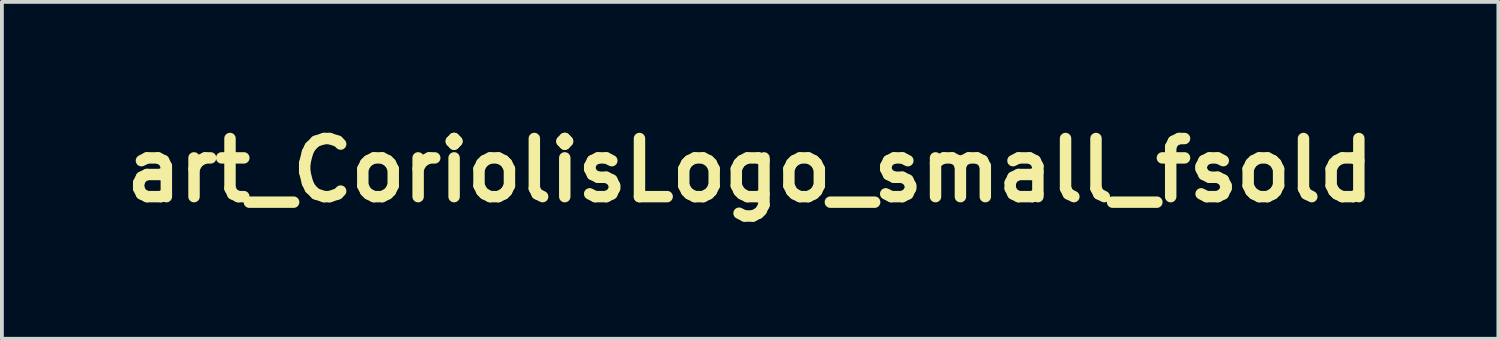
<source format=kicad_pcb>
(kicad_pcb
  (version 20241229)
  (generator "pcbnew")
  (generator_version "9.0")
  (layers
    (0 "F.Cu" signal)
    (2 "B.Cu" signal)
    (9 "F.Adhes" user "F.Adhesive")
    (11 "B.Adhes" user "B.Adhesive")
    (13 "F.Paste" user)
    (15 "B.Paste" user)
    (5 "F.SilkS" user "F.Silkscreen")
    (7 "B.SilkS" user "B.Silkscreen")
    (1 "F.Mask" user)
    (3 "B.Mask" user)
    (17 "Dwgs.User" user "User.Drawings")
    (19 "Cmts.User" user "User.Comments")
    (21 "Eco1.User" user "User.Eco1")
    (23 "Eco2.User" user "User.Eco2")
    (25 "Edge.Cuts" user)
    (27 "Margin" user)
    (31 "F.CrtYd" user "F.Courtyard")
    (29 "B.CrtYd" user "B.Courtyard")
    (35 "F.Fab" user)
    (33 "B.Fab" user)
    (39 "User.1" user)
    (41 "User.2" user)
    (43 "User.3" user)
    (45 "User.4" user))
  (footprint "art_CoriolisLogo_small_fsold"
    (layer "F.Cu")
    (at 16.626 1.418)
    (property "Reference" "art_CoriolisLogo_small_fsold" (at 0 0 0) (layer "F.SilkS") (effects (font (size 1.524 1.524) (thickness 0.3))))
    (attr through_hole)
    (fp_poly (pts (xy -0.008 -0.991) (xy 0.038 -0.97) (xy 0.099 -0.938) (xy 0.161 -0.904) (xy 0.335 -0.801) (xy 0.479 -0.705) (xy 0.592 -0.614) (xy 0.678 -0.528) (xy 0.736 -0.445) (xy 0.769 -0.363) (xy 0.779 -0.289) (xy 0.776 -0.243) (xy 0.761 -0.207) (xy 0.73 -0.168) (xy 0.707 -0.144) (xy 0.621 -0.078) (xy 0.533 -0.035) (xy 0.472 -0.015) (xy 0.392 0.006) (xy 0.302 0.027) (xy 0.213 0.046) (xy 0.134 0.06) (xy 0.074 0.067) (xy 0.059 0.068) (xy 0.017 0.068) (xy 0.015 0.292) (xy 0.013 0.404) (xy 0.01 0.532) (xy 0.005 0.659) (xy 0.001 0.745) (xy -0.011 0.974) (xy -0.014 0.796) (xy -0.016 0.712) (xy -0.019 0.607) (xy -0.023 0.491) (xy -0.027 0.379) (xy -0.028 0.351) (xy -0.039 0.085) (xy -0.083 0.085) (xy -0.134 0.09) (xy -0.208 0.102) (xy -0.294 0.121) (xy -0.383 0.142) (xy -0.466 0.165) (xy -0.532 0.187) (xy -0.533 0.187) (xy -0.596 0.216) (xy -0.652 0.249) (xy -0.681 0.272) (xy -0.72 0.331) (xy -0.726 0.399) (xy -0.7 0.474) (xy -0.643 0.557) (xy -0.554 0.647) (xy -0.435 0.743) (xy -0.286 0.845) (xy -0.253 0.866) (xy -0.171 0.917) (xy -0.114 0.952) (xy -0.077 0.975) (xy -0.057 0.989) (xy -0.048 0.995) (xy -0.048 0.997) (xy -0.051 0.998) (xy -0.068 0.991) (xy -0.109 0.971) (xy -0.168 0.941) (xy -0.233 0.907) (xy -0.409 0.807) (xy -0.551 0.709) (xy -0.661 0.614) (xy -0.738 0.524) (xy -0.782 0.437) (xy -0.793 0.356) (xy -0.772 0.281) (xy -0.719 0.212) (xy -0.633 0.151) (xy -0.514 0.097) (xy -0.363 0.053) (xy -0.18 0.018) (xy -0.167 0.016) (xy -0.032 -0.004) (xy -0.032 -0.017) (xy 0.012 -0.017) (xy 0.064 -0.017) (xy 0.107 -0.02) (xy 0.169 -0.029) (xy 0.238 -0.042) (xy 0.24 -0.043) (xy 0.397 -0.081) (xy 0.521 -0.123) (xy 0.612 -0.171) (xy 0.671 -0.223) (xy 0.698 -0.281) (xy 0.694 -0.344) (xy 0.687 -0.364) (xy 0.644 -0.434) (xy 0.573 -0.514) (xy 0.476 -0.599) (xy 0.356 -0.688) (xy 0.216 -0.778) (xy 0.131 -0.828) (xy 0.034 -0.883) (xy 0.034 -0.554) (xy 0.033 -0.444) (xy 0.032 -0.337) (xy 0.029 -0.243) (xy 0.026 -0.167) (xy 0.023 -0.121) (xy 0.012 -0.017) (xy -0.032 -0.017) (xy -0.044 -0.502) (xy -0.047 -0.647) (xy -0.049 -0.761) (xy -0.05 -0.849) (xy -0.049 -0.913) (xy -0.047 -0.956) (xy -0.043 -0.983) (xy -0.038 -0.996) (xy -0.032 -0.999) (xy -0.008 -0.991)) (stroke (width 0.01) (type solid)) (fill yes) (layer "F.Mask")))
  (gr_rect
    (start -3 -3)
    (end 36.252 5.836)
    (stroke (width 0.1) (type default))
    (fill no)
    (layer "Edge.Cuts")))
</source>
